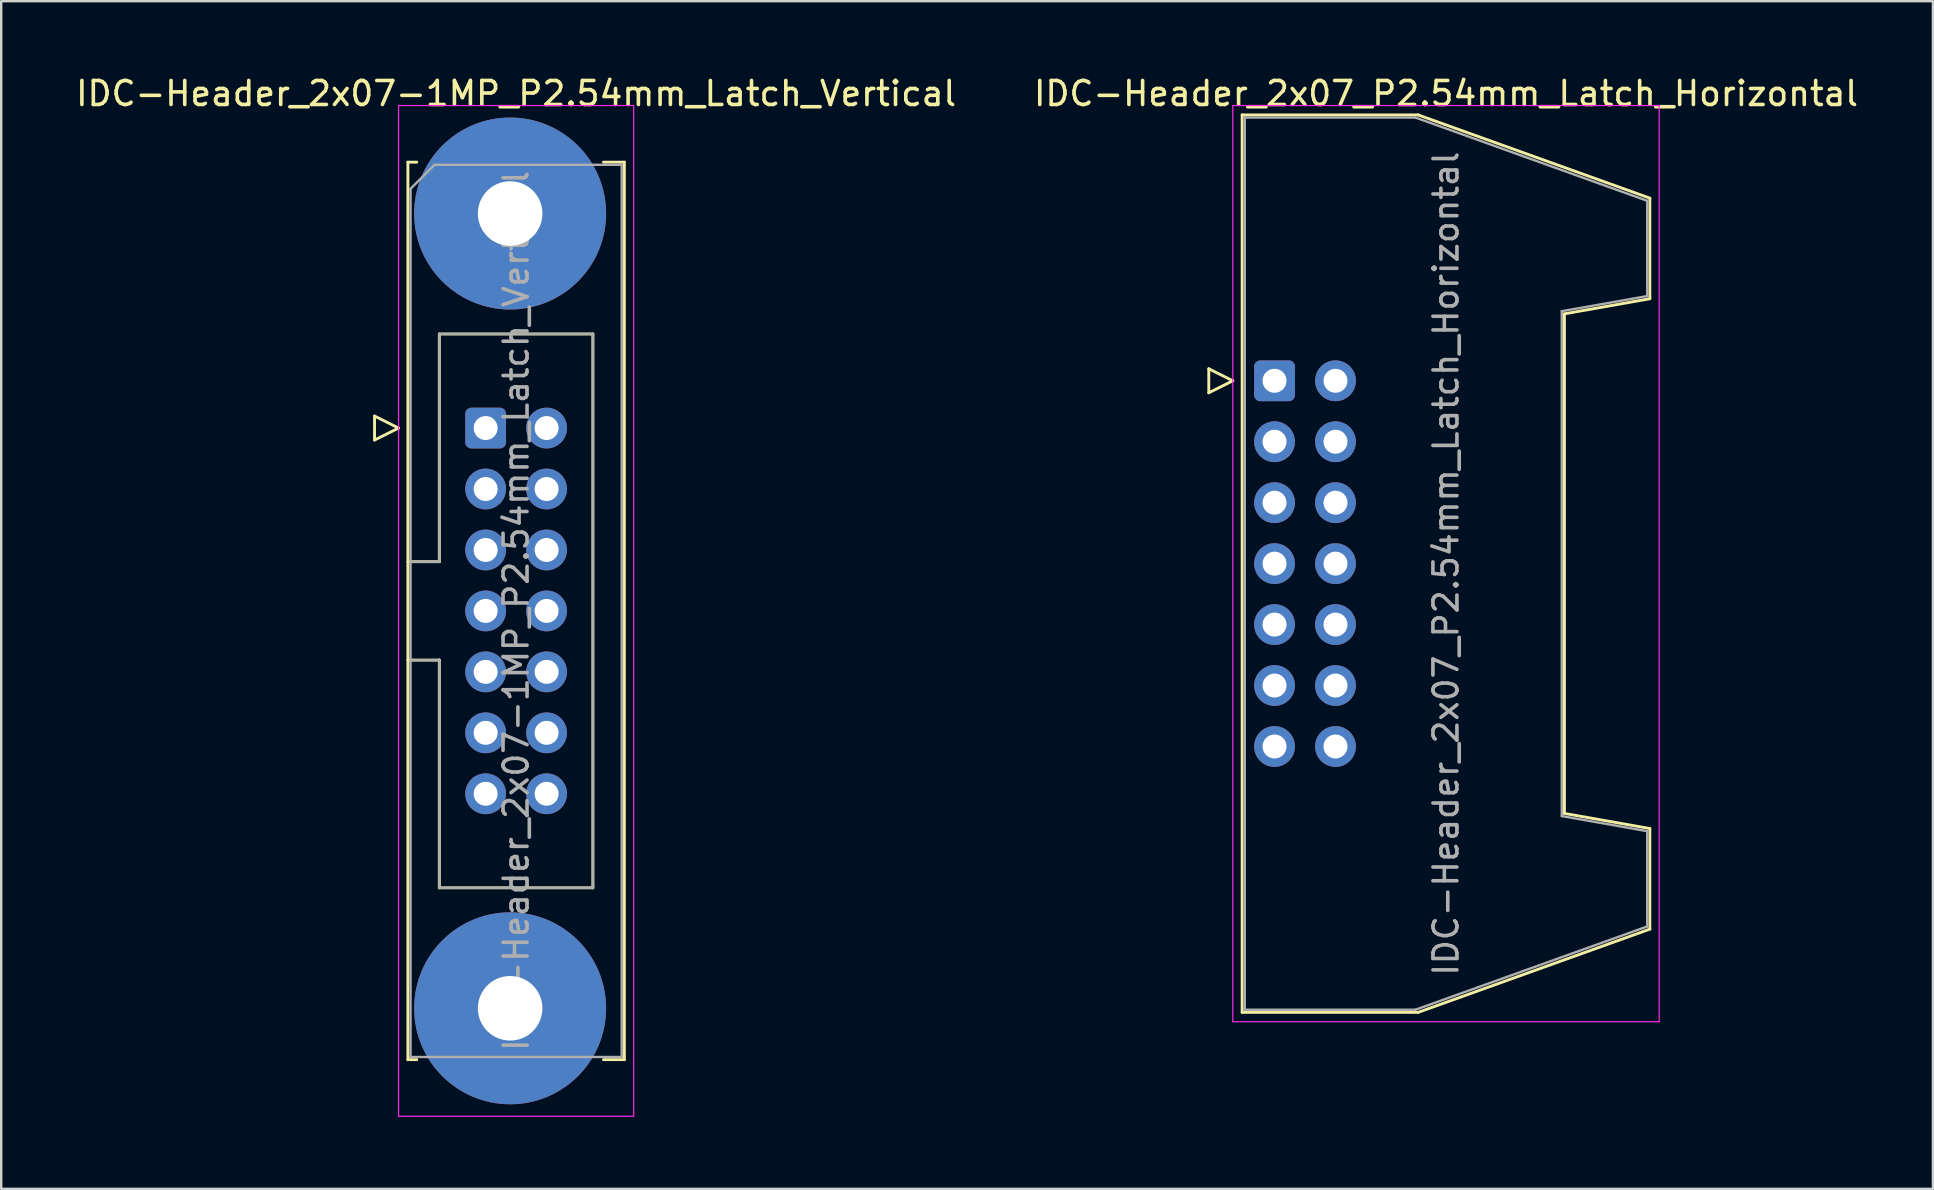
<source format=kicad_pcb>
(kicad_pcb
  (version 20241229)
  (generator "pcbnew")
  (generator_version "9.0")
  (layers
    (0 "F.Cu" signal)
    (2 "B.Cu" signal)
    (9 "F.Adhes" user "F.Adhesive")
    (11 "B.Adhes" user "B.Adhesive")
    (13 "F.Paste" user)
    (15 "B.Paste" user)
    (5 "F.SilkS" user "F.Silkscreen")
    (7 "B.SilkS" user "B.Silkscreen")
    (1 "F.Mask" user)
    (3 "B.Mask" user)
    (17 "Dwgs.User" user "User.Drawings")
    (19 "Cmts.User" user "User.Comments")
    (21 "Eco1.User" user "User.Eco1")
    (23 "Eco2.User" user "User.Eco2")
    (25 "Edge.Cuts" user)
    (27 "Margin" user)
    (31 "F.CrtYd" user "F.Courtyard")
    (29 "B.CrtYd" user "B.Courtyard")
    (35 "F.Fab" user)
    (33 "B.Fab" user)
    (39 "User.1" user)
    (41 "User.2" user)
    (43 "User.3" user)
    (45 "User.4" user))
  (footprint "IDC-Header_2x07-1MP_P2.54mm_Latch_Vertical"
    (layer "F.Cu")
    (at 17.188 14.788)
    (property "Reference" "IDC-Header_2x07-1MP_P2.54mm_Latch_Vertical" (at 1.27 -13.94 0) (layer "F.SilkS") (effects (font (size 1 1) (thickness 0.15))))
    (attr through_hole)
    (fp_line (start -4.63 -0.5) (end -4.63 0.5) (stroke (width 0.12) (type solid)) (layer "F.SilkS"))
    (fp_line (start -4.63 0.5) (end -3.63 0) (stroke (width 0.12) (type solid)) (layer "F.SilkS"))
    (fp_line (start -3.63 0) (end -4.63 -0.5) (stroke (width 0.12) (type solid)) (layer "F.SilkS"))
    (fp_line (start -3.24 -11.08) (end -3.24 26.32) (stroke (width 0.12) (type solid)) (layer "F.SilkS"))
    (fp_line (start -3.24 5.57) (end -1.93 5.57) (stroke (width 0.12) (type solid)) (layer "F.SilkS"))
    (fp_line (start -3.24 26.32) (end -2.87 26.32) (stroke (width 0.12) (type solid)) (layer "F.SilkS"))
    (fp_line (start -2.87 -11.08) (end -3.24 -11.08) (stroke (width 0.12) (type solid)) (layer "F.SilkS"))
    (fp_line (start -1.93 -3.92) (end 4.47 -3.92) (stroke (width 0.12) (type solid)) (layer "F.SilkS"))
    (fp_line (start -1.93 5.57) (end -1.93 -3.92) (stroke (width 0.12) (type solid)) (layer "F.SilkS"))
    (fp_line (start -1.93 9.67) (end -3.24 9.67) (stroke (width 0.12) (type solid)) (layer "F.SilkS"))
    (fp_line (start -1.93 9.67) (end -1.93 9.67) (stroke (width 0.12) (type solid)) (layer "F.SilkS"))
    (fp_line (start -1.93 19.16) (end -1.93 9.67) (stroke (width 0.12) (type solid)) (layer "F.SilkS"))
    (fp_line (start 4.47 -3.92) (end 4.47 19.16) (stroke (width 0.12) (type solid)) (layer "F.SilkS"))
    (fp_line (start 4.47 19.16) (end -1.93 19.16) (stroke (width 0.12) (type solid)) (layer "F.SilkS"))
    (fp_line (start 4.91 -11.08) (end 5.78 -11.08) (stroke (width 0.12) (type solid)) (layer "F.SilkS"))
    (fp_line (start 5.78 -11.08) (end 5.78 26.32) (stroke (width 0.12) (type solid)) (layer "F.SilkS"))
    (fp_line (start 5.78 26.32) (end 4.91 26.32) (stroke (width 0.12) (type solid)) (layer "F.SilkS"))
    (fp_line (start -3.63 -13.44) (end -3.63 28.68) (stroke (width 0.05) (type solid)) (layer "F.CrtYd"))
    (fp_line (start -3.63 28.68) (end 6.17 28.68) (stroke (width 0.05) (type solid)) (layer "F.CrtYd"))
    (fp_line (start 6.17 -13.44) (end -3.63 -13.44) (stroke (width 0.05) (type solid)) (layer "F.CrtYd"))
    (fp_line (start 6.17 28.68) (end 6.17 -13.44) (stroke (width 0.05) (type solid)) (layer "F.CrtYd"))
    (fp_line (start -3.13 -9.97) (end -2.13 -10.97) (stroke (width 0.1) (type solid)) (layer "F.Fab"))
    (fp_line (start -3.13 5.57) (end -1.93 5.57) (stroke (width 0.1) (type solid)) (layer "F.Fab"))
    (fp_line (start -3.13 26.21) (end -3.13 -9.97) (stroke (width 0.1) (type solid)) (layer "F.Fab"))
    (fp_line (start -2.13 -10.97) (end 5.67 -10.97) (stroke (width 0.1) (type solid)) (layer "F.Fab"))
    (fp_line (start -1.93 -3.92) (end 4.47 -3.92) (stroke (width 0.1) (type solid)) (layer "F.Fab"))
    (fp_line (start -1.93 5.57) (end -1.93 -3.92) (stroke (width 0.1) (type solid)) (layer "F.Fab"))
    (fp_line (start -1.93 9.67) (end -3.13 9.67) (stroke (width 0.1) (type solid)) (layer "F.Fab"))
    (fp_line (start -1.93 9.67) (end -1.93 9.67) (stroke (width 0.1) (type solid)) (layer "F.Fab"))
    (fp_line (start -1.93 19.16) (end -1.93 9.67) (stroke (width 0.1) (type solid)) (layer "F.Fab"))
    (fp_line (start 4.47 -3.92) (end 4.47 19.16) (stroke (width 0.1) (type solid)) (layer "F.Fab"))
    (fp_line (start 4.47 19.16) (end -1.93 19.16) (stroke (width 0.1) (type solid)) (layer "F.Fab"))
    (fp_line (start 5.67 -10.97) (end 5.67 26.21) (stroke (width 0.1) (type solid)) (layer "F.Fab"))
    (fp_line (start 5.67 26.21) (end -3.13 26.21) (stroke (width 0.1) (type solid)) (layer "F.Fab"))
    (fp_text user "${REFERENCE}" (at 1.27 7.62 90) (layer "F.Fab") (effects (font (size 1 1) (thickness 0.15))))
    (pad "1" thru_hole roundrect (at 0 0) (size 1.7 1.7) (drill 1) (layers "*.Cu" "*.Mask") (roundrect_rratio 0.147))
    (pad "2" thru_hole circle (at 2.54 0) (size 1.7 1.7) (drill 1) (layers "*.Cu" "*.Mask"))
    (pad "3" thru_hole circle (at 0 2.54) (size 1.7 1.7) (drill 1) (layers "*.Cu" "*.Mask"))
    (pad "4" thru_hole circle (at 2.54 2.54) (size 1.7 1.7) (drill 1) (layers "*.Cu" "*.Mask"))
    (pad "5" thru_hole circle (at 0 5.08) (size 1.7 1.7) (drill 1) (layers "*.Cu" "*.Mask"))
    (pad "6" thru_hole circle (at 2.54 5.08) (size 1.7 1.7) (drill 1) (layers "*.Cu" "*.Mask"))
    (pad "7" thru_hole circle (at 0 7.62) (size 1.7 1.7) (drill 1) (layers "*.Cu" "*.Mask"))
    (pad "8" thru_hole circle (at 2.54 7.62) (size 1.7 1.7) (drill 1) (layers "*.Cu" "*.Mask"))
    (pad "9" thru_hole circle (at 0 10.16) (size 1.7 1.7) (drill 1) (layers "*.Cu" "*.Mask"))
    (pad "10" thru_hole circle (at 2.54 10.16) (size 1.7 1.7) (drill 1) (layers "*.Cu" "*.Mask"))
    (pad "11" thru_hole circle (at 0 12.7) (size 1.7 1.7) (drill 1) (layers "*.Cu" "*.Mask"))
    (pad "12" thru_hole circle (at 2.54 12.7) (size 1.7 1.7) (drill 1) (layers "*.Cu" "*.Mask"))
    (pad "13" thru_hole circle (at 0 15.24) (size 1.7 1.7) (drill 1) (layers "*.Cu" "*.Mask"))
    (pad "14" thru_hole circle (at 2.54 15.24) (size 1.7 1.7) (drill 1) (layers "*.Cu" "*.Mask"))
    (pad "MP" thru_hole circle (at 1.02 -8.94) (size 8 8) (drill 2.69) (layers "*.Cu" "*.Mask"))
    (pad "MP" thru_hole circle (at 1.02 24.18) (size 8 8) (drill 2.69) (layers "*.Cu" "*.Mask")))
  (footprint "IDC-Header_2x07_P2.54mm_Latch_Horizontal"
    (layer "F.Cu")
    (at 50.063 12.818)
    (property "Reference" "IDC-Header_2x07_P2.54mm_Latch_Horizontal" (at 7.145 -11.97 0) (layer "F.SilkS") (effects (font (size 1 1) (thickness 0.15))))
    (attr through_hole)
    (fp_line (start -2.74 -0.5) (end -2.74 0.5) (stroke (width 0.12) (type solid)) (layer "F.SilkS"))
    (fp_line (start -2.74 0.5) (end -1.74 0) (stroke (width 0.12) (type solid)) (layer "F.SilkS"))
    (fp_line (start -1.74 0) (end -2.74 -0.5) (stroke (width 0.12) (type solid)) (layer "F.SilkS"))
    (fp_line (start -1.35 -11.08) (end 5.98 -11.08) (stroke (width 0.12) (type solid)) (layer "F.SilkS"))
    (fp_line (start -1.35 26.32) (end -1.35 -11.08) (stroke (width 0.12) (type solid)) (layer "F.SilkS"))
    (fp_line (start 5.98 -11.08) (end 15.64 -7.61) (stroke (width 0.12) (type solid)) (layer "F.SilkS"))
    (fp_line (start 5.98 26.32) (end -1.35 26.32) (stroke (width 0.12) (type solid)) (layer "F.SilkS"))
    (fp_line (start 12.08 -2.79) (end 12.08 18.03) (stroke (width 0.12) (type solid)) (layer "F.SilkS"))
    (fp_line (start 12.08 18.03) (end 15.64 18.66) (stroke (width 0.12) (type solid)) (layer "F.SilkS"))
    (fp_line (start 15.64 -7.61) (end 15.64 -3.42) (stroke (width 0.12) (type solid)) (layer "F.SilkS"))
    (fp_line (start 15.64 -3.42) (end 12.08 -2.79) (stroke (width 0.12) (type solid)) (layer "F.SilkS"))
    (fp_line (start 15.64 18.66) (end 15.64 22.85) (stroke (width 0.12) (type solid)) (layer "F.SilkS"))
    (fp_line (start 15.64 22.85) (end 5.98 26.32) (stroke (width 0.12) (type solid)) (layer "F.SilkS"))
    (fp_line (start -1.74 -11.47) (end -1.74 26.71) (stroke (width 0.05) (type solid)) (layer "F.CrtYd"))
    (fp_line (start -1.74 26.71) (end 16.03 26.71) (stroke (width 0.05) (type solid)) (layer "F.CrtYd"))
    (fp_line (start 16.03 -11.47) (end -1.74 -11.47) (stroke (width 0.05) (type solid)) (layer "F.CrtYd"))
    (fp_line (start 16.03 26.71) (end 16.03 -11.47) (stroke (width 0.05) (type solid)) (layer "F.CrtYd"))
    (fp_line (start -1.24 -10.97) (end 5.87 -10.97) (stroke (width 0.1) (type solid)) (layer "F.Fab"))
    (fp_line (start -1.24 26.21) (end -1.24 -10.97) (stroke (width 0.1) (type solid)) (layer "F.Fab"))
    (fp_line (start 5.87 -10.97) (end 15.53 -7.5) (stroke (width 0.1) (type solid)) (layer "F.Fab"))
    (fp_line (start 5.87 26.21) (end -1.24 26.21) (stroke (width 0.1) (type solid)) (layer "F.Fab"))
    (fp_line (start 11.97 -2.9) (end 11.97 18.14) (stroke (width 0.1) (type solid)) (layer "F.Fab"))
    (fp_line (start 11.97 18.14) (end 15.53 18.77) (stroke (width 0.1) (type solid)) (layer "F.Fab"))
    (fp_line (start 15.53 -7.5) (end 15.53 -3.53) (stroke (width 0.1) (type solid)) (layer "F.Fab"))
    (fp_line (start 15.53 -3.53) (end 11.97 -2.9) (stroke (width 0.1) (type solid)) (layer "F.Fab"))
    (fp_line (start 15.53 18.77) (end 15.53 22.74) (stroke (width 0.1) (type solid)) (layer "F.Fab"))
    (fp_line (start 15.53 22.74) (end 5.87 26.21) (stroke (width 0.1) (type solid)) (layer "F.Fab"))
    (fp_text user "${REFERENCE}" (at 7.145 7.62 90) (layer "F.Fab") (effects (font (size 1 1) (thickness 0.15))))
    (pad "1" thru_hole roundrect (at 0 0) (size 1.7 1.7) (drill 1) (layers "*.Cu" "*.Mask") (roundrect_rratio 0.147))
    (pad "2" thru_hole circle (at 2.54 0) (size 1.7 1.7) (drill 1) (layers "*.Cu" "*.Mask"))
    (pad "3" thru_hole circle (at 0 2.54) (size 1.7 1.7) (drill 1) (layers "*.Cu" "*.Mask"))
    (pad "4" thru_hole circle (at 2.54 2.54) (size 1.7 1.7) (drill 1) (layers "*.Cu" "*.Mask"))
    (pad "5" thru_hole circle (at 0 5.08) (size 1.7 1.7) (drill 1) (layers "*.Cu" "*.Mask"))
    (pad "6" thru_hole circle (at 2.54 5.08) (size 1.7 1.7) (drill 1) (layers "*.Cu" "*.Mask"))
    (pad "7" thru_hole circle (at 0 7.62) (size 1.7 1.7) (drill 1) (layers "*.Cu" "*.Mask"))
    (pad "8" thru_hole circle (at 2.54 7.62) (size 1.7 1.7) (drill 1) (layers "*.Cu" "*.Mask"))
    (pad "9" thru_hole circle (at 0 10.16) (size 1.7 1.7) (drill 1) (layers "*.Cu" "*.Mask"))
    (pad "10" thru_hole circle (at 2.54 10.16) (size 1.7 1.7) (drill 1) (layers "*.Cu" "*.Mask"))
    (pad "11" thru_hole circle (at 0 12.7) (size 1.7 1.7) (drill 1) (layers "*.Cu" "*.Mask"))
    (pad "12" thru_hole circle (at 2.54 12.7) (size 1.7 1.7) (drill 1) (layers "*.Cu" "*.Mask"))
    (pad "13" thru_hole circle (at 0 15.24) (size 1.7 1.7) (drill 1) (layers "*.Cu" "*.Mask"))
    (pad "14" thru_hole circle (at 2.54 15.24) (size 1.7 1.7) (drill 1) (layers "*.Cu" "*.Mask")))
  (gr_rect
    (start -3 -3)
    (end 77.5 46.493)
    (stroke (width 0.1) (type default))
    (fill no)
    (layer "Edge.Cuts")))
</source>
